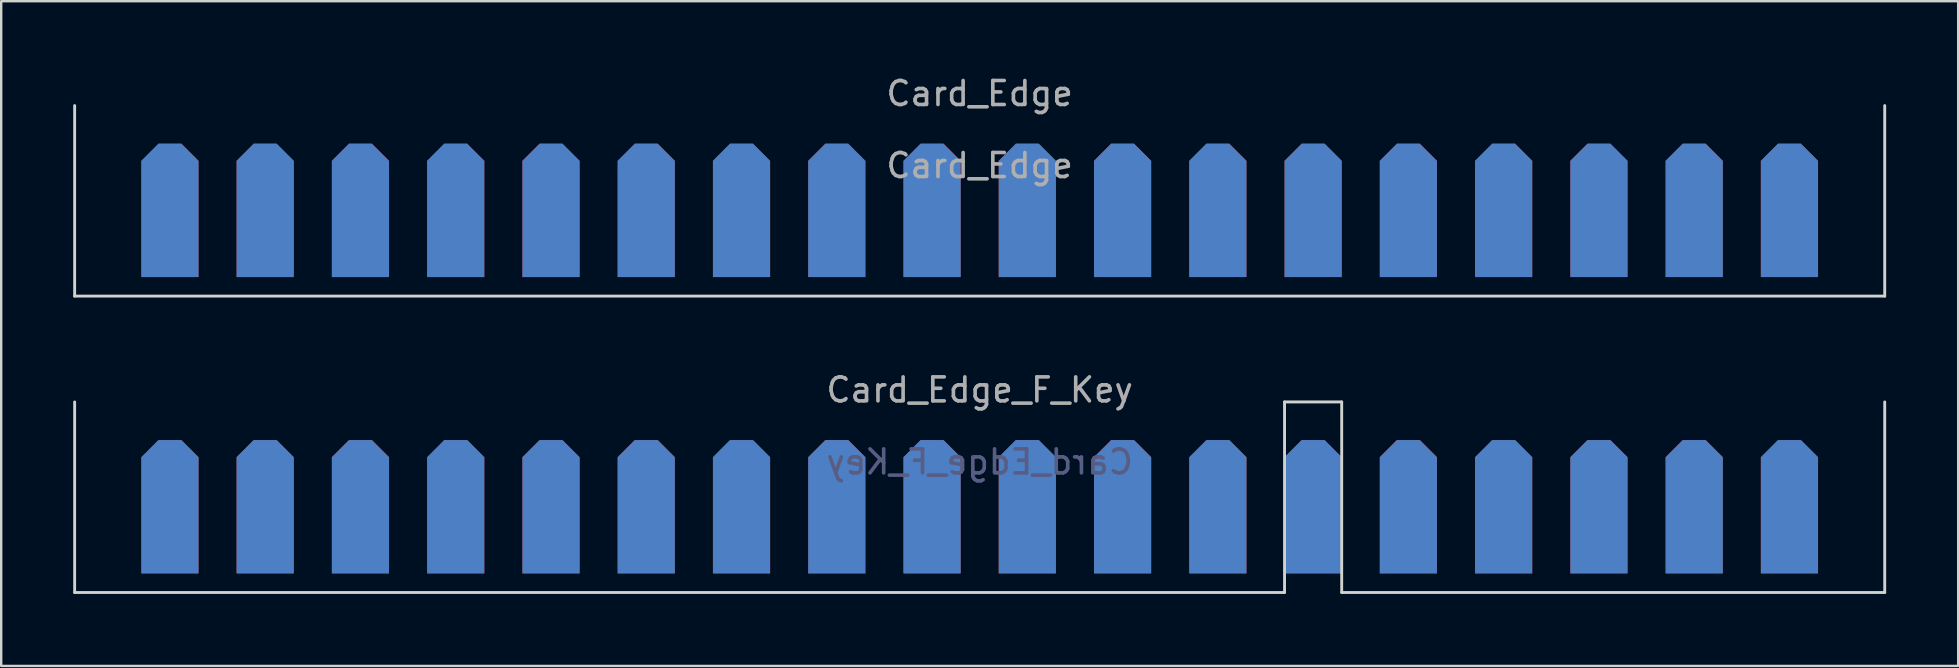
<source format=kicad_pcb>
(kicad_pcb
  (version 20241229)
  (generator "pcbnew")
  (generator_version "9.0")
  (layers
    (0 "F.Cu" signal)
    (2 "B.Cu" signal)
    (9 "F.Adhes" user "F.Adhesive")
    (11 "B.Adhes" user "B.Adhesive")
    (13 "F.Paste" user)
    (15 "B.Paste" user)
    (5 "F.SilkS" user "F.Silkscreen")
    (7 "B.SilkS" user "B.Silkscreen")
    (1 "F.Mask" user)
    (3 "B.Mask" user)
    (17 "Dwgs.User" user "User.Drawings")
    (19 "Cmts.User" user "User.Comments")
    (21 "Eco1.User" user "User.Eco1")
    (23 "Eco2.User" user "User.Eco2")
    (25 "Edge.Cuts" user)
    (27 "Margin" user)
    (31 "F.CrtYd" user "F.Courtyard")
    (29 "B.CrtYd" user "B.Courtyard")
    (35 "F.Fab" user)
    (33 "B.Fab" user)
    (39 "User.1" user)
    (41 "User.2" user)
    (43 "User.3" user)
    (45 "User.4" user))
  (footprint "Card_Edge"
    (layer "F.Cu")
    (at 37.763 1.348)
    (property "Reference" "Card_Edge" (at 0 -0.5 0) (unlocked yes) (layer "F.Fab") (effects (font (size 1 1) (thickness 0.15))))
    (fp_line (start -37.703 7.938) (end -37.703 0) (stroke (width 0.12) (type solid)) (layer "Edge.Cuts"))
    (fp_line (start 37.703 0) (end 37.703 7.938) (stroke (width 0.12) (type solid)) (layer "Edge.Cuts"))
    (fp_line (start 37.703 7.938) (end -37.703 7.938) (stroke (width 0.12) (type solid)) (layer "Edge.Cuts"))
    (fp_text user "${REFERENCE}" (at 0 2.5 0) (unlocked yes) (layer "F.Fab") (effects (font (size 1 1) (thickness 0.15))))
    (pad "a1" connect roundrect (at 33.734 4.366) (size 2.381 5.556) (layers "B.Cu" "B.Mask") (roundrect_rratio 0) (chamfer_ratio 0.3) (chamfer top_left top_right))
    (pad "a2" connect roundrect (at 29.766 4.366) (size 2.381 5.556) (layers "B.Cu" "B.Mask") (roundrect_rratio 0) (chamfer_ratio 0.3) (chamfer top_left top_right))
    (pad "a3" connect roundrect (at 25.797 4.366) (size 2.381 5.556) (layers "B.Cu" "B.Mask") (roundrect_rratio 0) (chamfer_ratio 0.3) (chamfer top_left top_right))
    (pad "a4" connect roundrect (at 21.828 4.366) (size 2.381 5.556) (layers "B.Cu" "B.Mask") (roundrect_rratio 0) (chamfer_ratio 0.3) (chamfer top_left top_right))
    (pad "a5" connect roundrect (at 17.859 4.366) (size 2.381 5.556) (layers "B.Cu" "B.Mask") (roundrect_rratio 0) (chamfer_ratio 0.3) (chamfer top_left top_right))
    (pad "a6" connect roundrect (at 13.891 4.366) (size 2.381 5.556) (layers "B.Cu" "B.Mask") (roundrect_rratio 0) (chamfer_ratio 0.3) (chamfer top_left top_right))
    (pad "a7" connect roundrect (at 9.922 4.366) (size 2.381 5.556) (layers "B.Cu" "B.Mask") (roundrect_rratio 0) (chamfer_ratio 0.3) (chamfer top_left top_right))
    (pad "a8" connect roundrect (at 5.953 4.366) (size 2.381 5.556) (layers "B.Cu" "B.Mask") (roundrect_rratio 0) (chamfer_ratio 0.3) (chamfer top_left top_right))
    (pad "a9" connect roundrect (at 1.984 4.366) (size 2.381 5.556) (layers "B.Cu" "B.Mask") (roundrect_rratio 0) (chamfer_ratio 0.3) (chamfer top_left top_right))
    (pad "a10" connect roundrect (at -1.984 4.366) (size 2.381 5.556) (layers "B.Cu" "B.Mask") (roundrect_rratio 0) (chamfer_ratio 0.3) (chamfer top_left top_right))
    (pad "a11" connect roundrect (at -5.953 4.366) (size 2.381 5.556) (layers "B.Cu" "B.Mask") (roundrect_rratio 0) (chamfer_ratio 0.3) (chamfer top_left top_right))
    (pad "a12" connect roundrect (at -9.922 4.366) (size 2.381 5.556) (layers "B.Cu" "B.Mask") (roundrect_rratio 0) (chamfer_ratio 0.3) (chamfer top_left top_right))
    (pad "a13" connect roundrect (at -13.891 4.366) (size 2.381 5.556) (layers "B.Cu" "B.Mask") (roundrect_rratio 0) (chamfer_ratio 0.3) (chamfer top_left top_right))
    (pad "a14" connect roundrect (at -17.859 4.366) (size 2.381 5.556) (layers "B.Cu" "B.Mask") (roundrect_rratio 0) (chamfer_ratio 0.3) (chamfer top_left top_right))
    (pad "a15" connect roundrect (at -21.828 4.366) (size 2.381 5.556) (layers "B.Cu" "B.Mask") (roundrect_rratio 0) (chamfer_ratio 0.3) (chamfer top_left top_right))
    (pad "a16" connect roundrect (at -25.797 4.366) (size 2.381 5.556) (layers "B.Cu" "B.Mask") (roundrect_rratio 0) (chamfer_ratio 0.3) (chamfer top_left top_right))
    (pad "a17" connect roundrect (at -29.766 4.366) (size 2.381 5.556) (layers "B.Cu" "B.Mask") (roundrect_rratio 0) (chamfer_ratio 0.3) (chamfer top_left top_right))
    (pad "a18" connect roundrect (at -33.734 4.366) (size 2.381 5.556) (layers "B.Cu" "B.Mask") (roundrect_rratio 0) (chamfer_ratio 0.3) (chamfer top_left top_right))
    (pad "b1" connect roundrect (at 33.734 4.366) (size 2.381 5.556) (layers "F.Cu" "F.Mask") (roundrect_rratio 0) (chamfer_ratio 0.3) (chamfer top_left top_right))
    (pad "b2" connect roundrect (at 29.766 4.366) (size 2.381 5.556) (layers "F.Cu" "F.Mask") (roundrect_rratio 0) (chamfer_ratio 0.3) (chamfer top_left top_right))
    (pad "b3" connect roundrect (at 25.797 4.366) (size 2.381 5.556) (layers "F.Cu" "F.Mask") (roundrect_rratio 0) (chamfer_ratio 0.3) (chamfer top_left top_right))
    (pad "b4" connect roundrect (at 21.828 4.366) (size 2.381 5.556) (layers "F.Cu" "F.Mask") (roundrect_rratio 0) (chamfer_ratio 0.3) (chamfer top_left top_right))
    (pad "b5" connect roundrect (at 17.859 4.366) (size 2.381 5.556) (layers "F.Cu" "F.Mask") (roundrect_rratio 0) (chamfer_ratio 0.3) (chamfer top_left top_right))
    (pad "b6" connect roundrect (at 13.891 4.366) (size 2.381 5.556) (layers "F.Cu" "F.Mask") (roundrect_rratio 0) (chamfer_ratio 0.3) (chamfer top_left top_right))
    (pad "b7" connect roundrect (at 9.922 4.366) (size 2.381 5.556) (layers "F.Cu" "F.Mask") (roundrect_rratio 0) (chamfer_ratio 0.3) (chamfer top_left top_right))
    (pad "b8" connect roundrect (at 5.953 4.366) (size 2.381 5.556) (layers "F.Cu" "F.Mask") (roundrect_rratio 0) (chamfer_ratio 0.3) (chamfer top_left top_right))
    (pad "b9" connect roundrect (at 1.984 4.366) (size 2.381 5.556) (layers "F.Cu" "F.Mask") (roundrect_rratio 0) (chamfer_ratio 0.3) (chamfer top_left top_right))
    (pad "b10" connect roundrect (at -1.984 4.366) (size 2.381 5.556) (layers "F.Cu" "F.Mask") (roundrect_rratio 0) (chamfer_ratio 0.3) (chamfer top_left top_right))
    (pad "b11" connect roundrect (at -5.953 4.366) (size 2.381 5.556) (layers "F.Cu" "F.Mask") (roundrect_rratio 0) (chamfer_ratio 0.3) (chamfer top_left top_right))
    (pad "b12" connect roundrect (at -9.922 4.366) (size 2.381 5.556) (layers "F.Cu" "F.Mask") (roundrect_rratio 0) (chamfer_ratio 0.3) (chamfer top_left top_right))
    (pad "b13" connect roundrect (at -13.891 4.366) (size 2.381 5.556) (layers "F.Cu" "F.Mask") (roundrect_rratio 0) (chamfer_ratio 0.3) (chamfer top_left top_right))
    (pad "b14" connect roundrect (at -17.859 4.366) (size 2.381 5.556) (layers "F.Cu" "F.Mask") (roundrect_rratio 0) (chamfer_ratio 0.3) (chamfer top_left top_right))
    (pad "b15" connect roundrect (at -21.828 4.366) (size 2.381 5.556) (layers "F.Cu" "F.Mask") (roundrect_rratio 0) (chamfer_ratio 0.3) (chamfer top_left top_right))
    (pad "b16" connect roundrect (at -25.797 4.366) (size 2.381 5.556) (layers "F.Cu" "F.Mask") (roundrect_rratio 0) (chamfer_ratio 0.3) (chamfer top_left top_right))
    (pad "b17" connect roundrect (at -29.766 4.366) (size 2.381 5.556) (layers "F.Cu" "F.Mask") (roundrect_rratio 0) (chamfer_ratio 0.3) (chamfer top_left top_right))
    (pad "b18" connect roundrect (at -33.734 4.366) (size 2.381 5.556) (layers "F.Cu" "F.Mask") (roundrect_rratio 0) (chamfer_ratio 0.3) (chamfer top_left top_right)))
  (footprint "Card_Edge_F_Key"
    (layer "F.Cu")
    (at 37.763 13.694)
    (property "Reference" "Card_Edge_F_Key" (at 0 -0.5 0) (unlocked yes) (layer "F.Fab") (effects (font (size 1 1) (thickness 0.15))))
    (fp_line (start -37.703 7.938) (end -37.703 0) (stroke (width 0.12) (type solid)) (layer "Edge.Cuts"))
    (fp_line (start 12.7 0) (end 12.7 7.938) (stroke (width 0.12) (type solid)) (layer "Edge.Cuts"))
    (fp_line (start 12.7 7.938) (end -37.703 7.938) (stroke (width 0.12) (type solid)) (layer "Edge.Cuts"))
    (fp_line (start 15.081 0) (end 12.7 0) (stroke (width 0.12) (type solid)) (layer "Edge.Cuts"))
    (fp_line (start 15.081 7.938) (end 15.081 0) (stroke (width 0.12) (type solid)) (layer "Edge.Cuts"))
    (fp_line (start 37.703 0) (end 37.703 7.938) (stroke (width 0.12) (type solid)) (layer "Edge.Cuts"))
    (fp_line (start 37.703 7.938) (end 15.081 7.938) (stroke (width 0.12) (type solid)) (layer "Edge.Cuts"))
    (fp_text user "${REFERENCE}" (at 0 2.5 0) (unlocked yes) (layer "B.Fab") (effects (font (size 1 1) (thickness 0.15)) (justify mirror)))
    (pad "a1" connect roundrect (at 33.734 4.366) (size 2.381 5.556) (layers "B.Cu" "B.Mask") (roundrect_rratio 0) (chamfer_ratio 0.3) (chamfer top_left top_right))
    (pad "a2" connect roundrect (at 29.766 4.366) (size 2.381 5.556) (layers "B.Cu" "B.Mask") (roundrect_rratio 0) (chamfer_ratio 0.3) (chamfer top_left top_right))
    (pad "a3" connect roundrect (at 25.797 4.366) (size 2.381 5.556) (layers "B.Cu" "B.Mask") (roundrect_rratio 0) (chamfer_ratio 0.3) (chamfer top_left top_right))
    (pad "a4" connect roundrect (at 21.828 4.366) (size 2.381 5.556) (layers "B.Cu" "B.Mask") (roundrect_rratio 0) (chamfer_ratio 0.3) (chamfer top_left top_right))
    (pad "a5" connect roundrect (at 17.859 4.366) (size 2.381 5.556) (layers "B.Cu" "B.Mask") (roundrect_rratio 0) (chamfer_ratio 0.3) (chamfer top_left top_right))
    (pad "a6" connect roundrect (at 13.891 4.366) (size 2.381 5.556) (layers "B.Cu" "B.Mask") (roundrect_rratio 0) (chamfer_ratio 0.3) (chamfer top_left top_right))
    (pad "a7" connect roundrect (at 9.922 4.366) (size 2.381 5.556) (layers "B.Cu" "B.Mask") (roundrect_rratio 0) (chamfer_ratio 0.3) (chamfer top_left top_right))
    (pad "a8" connect roundrect (at 5.953 4.366) (size 2.381 5.556) (layers "B.Cu" "B.Mask") (roundrect_rratio 0) (chamfer_ratio 0.3) (chamfer top_left top_right))
    (pad "a9" connect roundrect (at 1.984 4.366) (size 2.381 5.556) (layers "B.Cu" "B.Mask") (roundrect_rratio 0) (chamfer_ratio 0.3) (chamfer top_left top_right))
    (pad "a10" connect roundrect (at -1.984 4.366) (size 2.381 5.556) (layers "B.Cu" "B.Mask") (roundrect_rratio 0) (chamfer_ratio 0.3) (chamfer top_left top_right))
    (pad "a11" connect roundrect (at -5.953 4.366) (size 2.381 5.556) (layers "B.Cu" "B.Mask") (roundrect_rratio 0) (chamfer_ratio 0.3) (chamfer top_left top_right))
    (pad "a12" connect roundrect (at -9.922 4.366) (size 2.381 5.556) (layers "B.Cu" "B.Mask") (roundrect_rratio 0) (chamfer_ratio 0.3) (chamfer top_left top_right))
    (pad "a13" connect roundrect (at -13.891 4.366) (size 2.381 5.556) (layers "B.Cu" "B.Mask") (roundrect_rratio 0) (chamfer_ratio 0.3) (chamfer top_left top_right))
    (pad "a14" connect roundrect (at -17.859 4.366) (size 2.381 5.556) (layers "B.Cu" "B.Mask") (roundrect_rratio 0) (chamfer_ratio 0.3) (chamfer top_left top_right))
    (pad "a15" connect roundrect (at -21.828 4.366) (size 2.381 5.556) (layers "B.Cu" "B.Mask") (roundrect_rratio 0) (chamfer_ratio 0.3) (chamfer top_left top_right))
    (pad "a16" connect roundrect (at -25.797 4.366) (size 2.381 5.556) (layers "B.Cu" "B.Mask") (roundrect_rratio 0) (chamfer_ratio 0.3) (chamfer top_left top_right))
    (pad "a17" connect roundrect (at -29.766 4.366) (size 2.381 5.556) (layers "B.Cu" "B.Mask") (roundrect_rratio 0) (chamfer_ratio 0.3) (chamfer top_left top_right))
    (pad "a18" connect roundrect (at -33.734 4.366) (size 2.381 5.556) (layers "B.Cu" "B.Mask") (roundrect_rratio 0) (chamfer_ratio 0.3) (chamfer top_left top_right))
    (pad "b1" connect roundrect (at 33.734 4.366) (size 2.381 5.556) (layers "F.Cu" "F.Mask") (roundrect_rratio 0) (chamfer_ratio 0.3) (chamfer top_left top_right))
    (pad "b2" connect roundrect (at 29.766 4.366) (size 2.381 5.556) (layers "F.Cu" "F.Mask") (roundrect_rratio 0) (chamfer_ratio 0.3) (chamfer top_left top_right))
    (pad "b3" connect roundrect (at 25.797 4.366) (size 2.381 5.556) (layers "F.Cu" "F.Mask") (roundrect_rratio 0) (chamfer_ratio 0.3) (chamfer top_left top_right))
    (pad "b4" connect roundrect (at 21.828 4.366) (size 2.381 5.556) (layers "F.Cu" "F.Mask") (roundrect_rratio 0) (chamfer_ratio 0.3) (chamfer top_left top_right))
    (pad "b5" connect roundrect (at 17.859 4.366) (size 2.381 5.556) (layers "F.Cu" "F.Mask") (roundrect_rratio 0) (chamfer_ratio 0.3) (chamfer top_left top_right))
    (pad "b6" connect roundrect (at 13.891 4.366) (size 2.381 5.556) (layers "F.Cu" "F.Mask") (roundrect_rratio 0) (chamfer_ratio 0.3) (chamfer top_left top_right))
    (pad "b7" connect roundrect (at 9.922 4.366) (size 2.381 5.556) (layers "F.Cu" "F.Mask") (roundrect_rratio 0) (chamfer_ratio 0.3) (chamfer top_left top_right))
    (pad "b8" connect roundrect (at 5.953 4.366) (size 2.381 5.556) (layers "F.Cu" "F.Mask") (roundrect_rratio 0) (chamfer_ratio 0.3) (chamfer top_left top_right))
    (pad "b9" connect roundrect (at 1.984 4.366) (size 2.381 5.556) (layers "F.Cu" "F.Mask") (roundrect_rratio 0) (chamfer_ratio 0.3) (chamfer top_left top_right))
    (pad "b10" connect roundrect (at -1.984 4.366) (size 2.381 5.556) (layers "F.Cu" "F.Mask") (roundrect_rratio 0) (chamfer_ratio 0.3) (chamfer top_left top_right))
    (pad "b11" connect roundrect (at -5.953 4.366) (size 2.381 5.556) (layers "F.Cu" "F.Mask") (roundrect_rratio 0) (chamfer_ratio 0.3) (chamfer top_left top_right))
    (pad "b12" connect roundrect (at -9.922 4.366) (size 2.381 5.556) (layers "F.Cu" "F.Mask") (roundrect_rratio 0) (chamfer_ratio 0.3) (chamfer top_left top_right))
    (pad "b13" connect roundrect (at -13.891 4.366) (size 2.381 5.556) (layers "F.Cu" "F.Mask") (roundrect_rratio 0) (chamfer_ratio 0.3) (chamfer top_left top_right))
    (pad "b14" connect roundrect (at -17.859 4.366) (size 2.381 5.556) (layers "F.Cu" "F.Mask") (roundrect_rratio 0) (chamfer_ratio 0.3) (chamfer top_left top_right))
    (pad "b15" connect roundrect (at -21.828 4.366) (size 2.381 5.556) (layers "F.Cu" "F.Mask") (roundrect_rratio 0) (chamfer_ratio 0.3) (chamfer top_left top_right))
    (pad "b16" connect roundrect (at -25.797 4.366) (size 2.381 5.556) (layers "F.Cu" "F.Mask") (roundrect_rratio 0) (chamfer_ratio 0.3) (chamfer top_left top_right))
    (pad "b17" connect roundrect (at -29.766 4.366) (size 2.381 5.556) (layers "F.Cu" "F.Mask") (roundrect_rratio 0) (chamfer_ratio 0.3) (chamfer top_left top_right))
    (pad "b18" connect roundrect (at -33.734 4.366) (size 2.381 5.556) (layers "F.Cu" "F.Mask") (roundrect_rratio 0) (chamfer_ratio 0.3) (chamfer top_left top_right)))
  (gr_rect
    (start -3 -3)
    (end 78.526 24.692)
    (stroke (width 0.1) (type default))
    (fill no)
    (layer "Edge.Cuts")))
</source>
